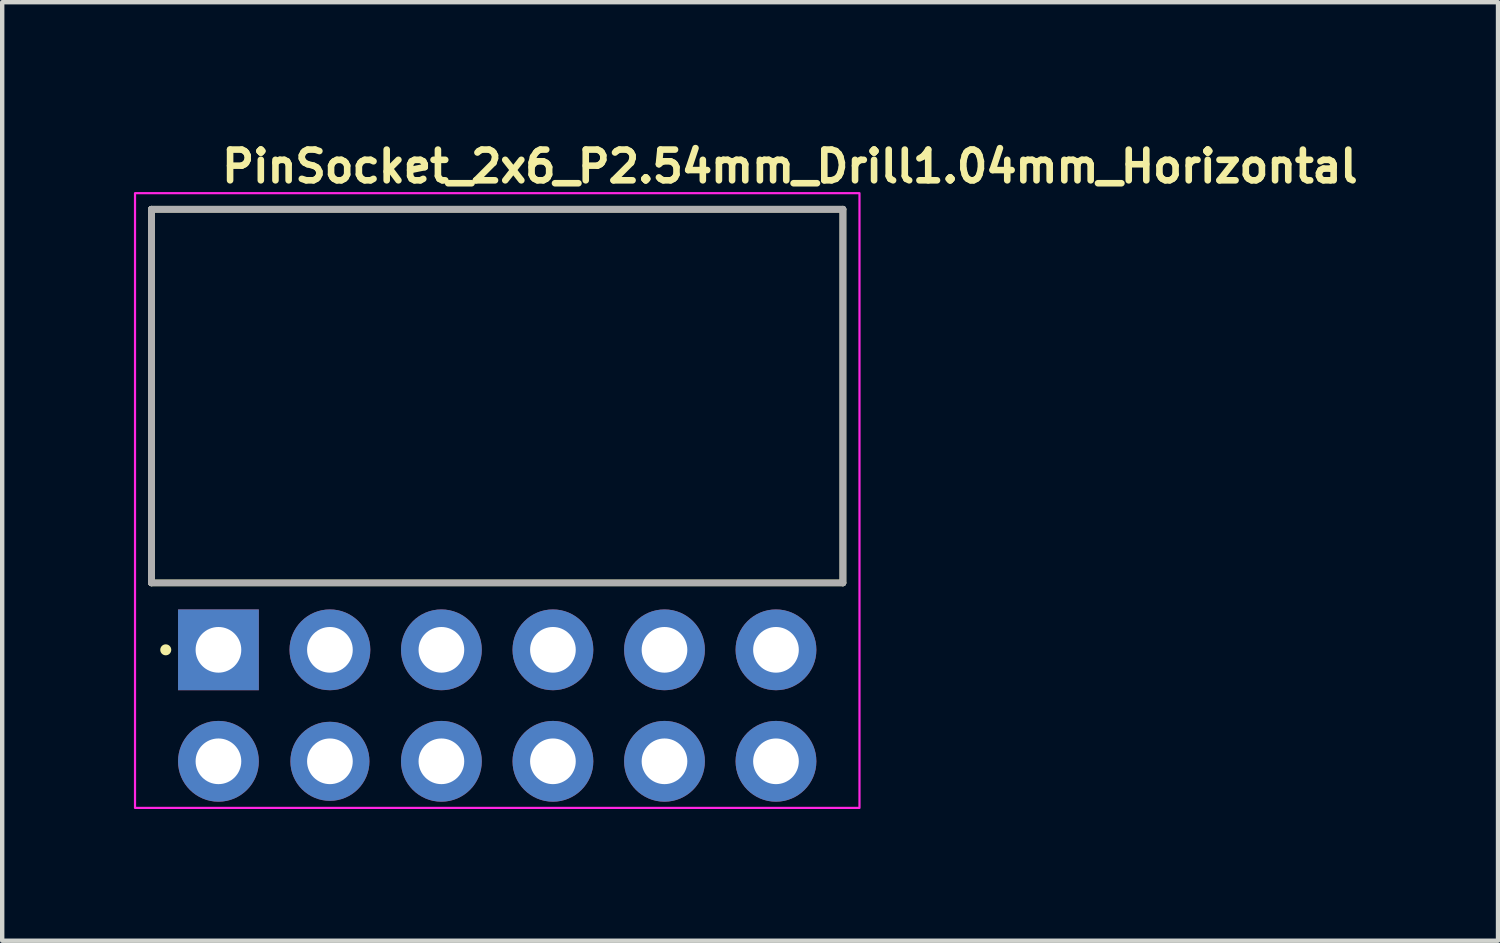
<source format=kicad_pcb>
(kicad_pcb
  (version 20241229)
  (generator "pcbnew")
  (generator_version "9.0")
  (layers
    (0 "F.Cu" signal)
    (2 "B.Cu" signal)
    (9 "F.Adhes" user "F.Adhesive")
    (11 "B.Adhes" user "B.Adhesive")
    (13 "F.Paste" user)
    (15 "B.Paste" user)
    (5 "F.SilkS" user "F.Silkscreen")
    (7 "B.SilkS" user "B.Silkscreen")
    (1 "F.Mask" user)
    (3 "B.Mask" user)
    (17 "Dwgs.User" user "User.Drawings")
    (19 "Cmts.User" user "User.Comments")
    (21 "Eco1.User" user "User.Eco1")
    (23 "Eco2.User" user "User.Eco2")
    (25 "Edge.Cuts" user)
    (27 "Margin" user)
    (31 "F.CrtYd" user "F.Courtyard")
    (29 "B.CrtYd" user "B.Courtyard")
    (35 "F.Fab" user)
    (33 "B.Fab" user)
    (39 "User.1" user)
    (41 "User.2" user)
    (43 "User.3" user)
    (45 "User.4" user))
  (footprint "PinSocket_2x6_P2.54mm_Drill1.04mm_Horizontal"
    (layer "F.Cu")
    (at 1.925 11.75)
    (property "Reference" "PinSocket_2x6_P2.54mm_Drill1.04mm_Horizontal" (at 0 -10.6 0) (layer "F.SilkS") (effects (font (size 0.7 0.7) (thickness 0.15)) (justify left bottom)))
    (attr through_hole)
    (fp_line (start -1.526 -1.524) (end -1.526 -10.035) (stroke (width 0.15) (type solid)) (layer "F.SilkS"))
    (fp_line (start 14.223 -10.035) (end -1.526 -10.035) (stroke (width 0.15) (type solid)) (layer "F.SilkS"))
    (fp_line (start 14.223 -10.035) (end 14.223 -1.524) (stroke (width 0.15) (type solid)) (layer "F.SilkS"))
    (fp_line (start 14.223 -1.524) (end -1.526 -1.524) (stroke (width 0.15) (type solid)) (layer "F.SilkS"))
    (fp_circle (center -1.2 0) (end -1.15 0) (stroke (width 0.15) (type solid)) (fill yes) (layer "F.SilkS"))
    (fp_rect (start -1.9 -10.4) (end 14.6 3.6) (stroke (width 0.05) (type solid)) (fill no) (layer "F.CrtYd"))
    (fp_line (start -1.526 -10.035) (end 14.223 -10.035) (stroke (width 0.15) (type solid)) (layer "F.Fab"))
    (fp_line (start -1.526 -10.035) (end 14.223 -10.035) (stroke (width 0.15) (type solid)) (layer "F.Fab"))
    (fp_line (start -1.526 -1.524) (end -1.526 -10.035) (stroke (width 0.15) (type solid)) (layer "F.Fab"))
    (fp_line (start -1.526 -1.524) (end -1.526 -10.035) (stroke (width 0.15) (type solid)) (layer "F.Fab"))
    (fp_line (start 14.223 -10.035) (end 14.223 -1.524) (stroke (width 0.15) (type solid)) (layer "F.Fab"))
    (fp_line (start 14.223 -10.035) (end 14.223 -1.524) (stroke (width 0.15) (type solid)) (layer "F.Fab"))
    (fp_line (start 14.223 -1.524) (end -1.526 -1.524) (stroke (width 0.15) (type solid)) (layer "F.Fab"))
    (fp_rect (start -1.524 -10.01) (end 14.223 2.766) (stroke (width 0.1) (type solid)) (fill no) (layer "User.5"))
    (fp_line (start -1.524 -10.01) (end -1.524 -1.5) (stroke (width 0.02) (type solid)) (layer "User.9"))
    (fp_line (start -1.524 -10.01) (end 14.223 -10.01) (stroke (width 0.02) (type solid)) (layer "User.9"))
    (fp_line (start -1.524 -1.5) (end -1.016 -1.5) (stroke (width 0.02) (type solid)) (layer "User.9"))
    (fp_line (start -1.016 -2.008) (end -1.016 -1.5) (stroke (width 0.02) (type solid)) (layer "User.9"))
    (fp_line (start -0.395 1.953) (end -0.395 -2.008) (stroke (width 0.02) (type solid)) (layer "User.9"))
    (fp_line (start -0.395 2.528) (end -0.395 1.953) (stroke (width 0.02) (type solid)) (layer "User.9"))
    (fp_line (start -0.395 2.528) (end -0.395 2.528) (stroke (width 0.02) (type solid)) (layer "User.9"))
    (fp_line (start -0.395 2.641) (end -0.395 2.528) (stroke (width 0.02) (type solid)) (layer "User.9"))
    (fp_line (start -0.395 2.641) (end -0.395 2.641) (stroke (width 0.02) (type solid)) (layer "User.9"))
    (fp_line (start -0.395 2.685) (end -0.395 2.641) (stroke (width 0.02) (type solid)) (layer "User.9"))
    (fp_line (start -0.395 2.685) (end -0.395 2.685) (stroke (width 0.02) (type solid)) (layer "User.9"))
    (fp_line (start -0.395 2.721) (end -0.395 2.685) (stroke (width 0.02) (type solid)) (layer "User.9"))
    (fp_line (start -0.395 2.721) (end -0.395 2.721) (stroke (width 0.02) (type solid)) (layer "User.9"))
    (fp_line (start -0.395 2.745) (end -0.395 2.721) (stroke (width 0.02) (type solid)) (layer "User.9"))
    (fp_line (start -0.395 2.745) (end -0.395 2.745) (stroke (width 0.02) (type solid)) (layer "User.9"))
    (fp_line (start -0.395 2.761) (end -0.395 2.745) (stroke (width 0.02) (type solid)) (layer "User.9"))
    (fp_line (start -0.395 2.761) (end -0.395 2.761) (stroke (width 0.02) (type solid)) (layer "User.9"))
    (fp_line (start -0.395 2.766) (end -0.395 2.761) (stroke (width 0.02) (type solid)) (layer "User.9"))
    (fp_line (start -0.395 2.766) (end 0.393 2.766) (stroke (width 0.02) (type solid)) (layer "User.9"))
    (fp_line (start 0.393 -2.008) (end 0.393 1.953) (stroke (width 0.02) (type solid)) (layer "User.9"))
    (fp_line (start 0.393 1.953) (end 0.393 2.528) (stroke (width 0.02) (type solid)) (layer "User.9"))
    (fp_line (start 0.393 2.528) (end 0.393 2.528) (stroke (width 0.02) (type solid)) (layer "User.9"))
    (fp_line (start 0.393 2.528) (end 0.393 2.588) (stroke (width 0.02) (type solid)) (layer "User.9"))
    (fp_line (start 0.393 2.588) (end 0.393 2.588) (stroke (width 0.02) (type solid)) (layer "User.9"))
    (fp_line (start 0.393 2.588) (end 0.393 2.641) (stroke (width 0.02) (type solid)) (layer "User.9"))
    (fp_line (start 0.393 2.641) (end 0.393 2.641) (stroke (width 0.02) (type solid)) (layer "User.9"))
    (fp_line (start 0.393 2.641) (end 0.393 2.685) (stroke (width 0.02) (type solid)) (layer "User.9"))
    (fp_line (start 0.393 2.685) (end 0.393 2.685) (stroke (width 0.02) (type solid)) (layer "User.9"))
    (fp_line (start 0.393 2.685) (end 0.393 2.721) (stroke (width 0.02) (type solid)) (layer "User.9"))
    (fp_line (start 0.393 2.721) (end 0.393 2.721) (stroke (width 0.02) (type solid)) (layer "User.9"))
    (fp_line (start 0.393 2.721) (end 0.393 2.745) (stroke (width 0.02) (type solid)) (layer "User.9"))
    (fp_line (start 0.393 2.745) (end 0.393 2.745) (stroke (width 0.02) (type solid)) (layer "User.9"))
    (fp_line (start 0.393 2.745) (end 0.393 2.761) (stroke (width 0.02) (type solid)) (layer "User.9"))
    (fp_line (start 0.393 2.761) (end 0.393 2.761) (stroke (width 0.02) (type solid)) (layer "User.9"))
    (fp_line (start 0.393 2.761) (end 0.393 2.766) (stroke (width 0.02) (type solid)) (layer "User.9"))
    (fp_line (start 1.015 -2.008) (end -1.016 -2.008) (stroke (width 0.02) (type solid)) (layer "User.9"))
    (fp_line (start 1.015 -1.5) (end 1.015 -2.008) (stroke (width 0.02) (type solid)) (layer "User.9"))
    (fp_line (start 1.015 -1.5) (end 1.523 -1.5) (stroke (width 0.02) (type solid)) (layer "User.9"))
    (fp_line (start 1.523 -2.008) (end 1.523 -1.5) (stroke (width 0.02) (type solid)) (layer "User.9"))
    (fp_line (start 2.145 1.953) (end 2.145 -2.008) (stroke (width 0.02) (type solid)) (layer "User.9"))
    (fp_line (start 2.145 2.528) (end 2.145 1.953) (stroke (width 0.02) (type solid)) (layer "User.9"))
    (fp_line (start 2.145 2.528) (end 2.145 2.528) (stroke (width 0.02) (type solid)) (layer "User.9"))
    (fp_line (start 2.145 2.641) (end 2.145 2.528) (stroke (width 0.02) (type solid)) (layer "User.9"))
    (fp_line (start 2.145 2.641) (end 2.145 2.641) (stroke (width 0.02) (type solid)) (layer "User.9"))
    (fp_line (start 2.145 2.685) (end 2.145 2.641) (stroke (width 0.02) (type solid)) (layer "User.9"))
    (fp_line (start 2.145 2.685) (end 2.145 2.685) (stroke (width 0.02) (type solid)) (layer "User.9"))
    (fp_line (start 2.145 2.721) (end 2.145 2.685) (stroke (width 0.02) (type solid)) (layer "User.9"))
    (fp_line (start 2.145 2.721) (end 2.145 2.721) (stroke (width 0.02) (type solid)) (layer "User.9"))
    (fp_line (start 2.145 2.745) (end 2.145 2.721) (stroke (width 0.02) (type solid)) (layer "User.9"))
    (fp_line (start 2.145 2.745) (end 2.145 2.745) (stroke (width 0.02) (type solid)) (layer "User.9"))
    (fp_line (start 2.145 2.761) (end 2.145 2.745) (stroke (width 0.02) (type solid)) (layer "User.9"))
    (fp_line (start 2.145 2.761) (end 2.145 2.761) (stroke (width 0.02) (type solid)) (layer "User.9"))
    (fp_line (start 2.145 2.766) (end 2.145 2.761) (stroke (width 0.02) (type solid)) (layer "User.9"))
    (fp_line (start 2.145 2.766) (end 2.933 2.766) (stroke (width 0.02) (type solid)) (layer "User.9"))
    (fp_line (start 2.933 -2.008) (end 2.933 1.953) (stroke (width 0.02) (type solid)) (layer "User.9"))
    (fp_line (start 2.933 1.953) (end 2.933 2.528) (stroke (width 0.02) (type solid)) (layer "User.9"))
    (fp_line (start 2.933 2.528) (end 2.933 2.528) (stroke (width 0.02) (type solid)) (layer "User.9"))
    (fp_line (start 2.933 2.528) (end 2.933 2.588) (stroke (width 0.02) (type solid)) (layer "User.9"))
    (fp_line (start 2.933 2.588) (end 2.933 2.588) (stroke (width 0.02) (type solid)) (layer "User.9"))
    (fp_line (start 2.933 2.588) (end 2.933 2.641) (stroke (width 0.02) (type solid)) (layer "User.9"))
    (fp_line (start 2.933 2.641) (end 2.933 2.641) (stroke (width 0.02) (type solid)) (layer "User.9"))
    (fp_line (start 2.933 2.641) (end 2.933 2.685) (stroke (width 0.02) (type solid)) (layer "User.9"))
    (fp_line (start 2.933 2.685) (end 2.933 2.685) (stroke (width 0.02) (type solid)) (layer "User.9"))
    (fp_line (start 2.933 2.685) (end 2.933 2.721) (stroke (width 0.02) (type solid)) (layer "User.9"))
    (fp_line (start 2.933 2.721) (end 2.933 2.721) (stroke (width 0.02) (type solid)) (layer "User.9"))
    (fp_line (start 2.933 2.721) (end 2.933 2.745) (stroke (width 0.02) (type solid)) (layer "User.9"))
    (fp_line (start 2.933 2.745) (end 2.933 2.745) (stroke (width 0.02) (type solid)) (layer "User.9"))
    (fp_line (start 2.933 2.745) (end 2.933 2.761) (stroke (width 0.02) (type solid)) (layer "User.9"))
    (fp_line (start 2.933 2.761) (end 2.933 2.761) (stroke (width 0.02) (type solid)) (layer "User.9"))
    (fp_line (start 2.933 2.761) (end 2.933 2.766) (stroke (width 0.02) (type solid)) (layer "User.9"))
    (fp_line (start 3.555 -2.008) (end 1.523 -2.008) (stroke (width 0.02) (type solid)) (layer "User.9"))
    (fp_line (start 3.555 -1.5) (end 3.555 -2.008) (stroke (width 0.02) (type solid)) (layer "User.9"))
    (fp_line (start 3.555 -1.5) (end 4.062 -1.5) (stroke (width 0.02) (type solid)) (layer "User.9"))
    (fp_line (start 4.062 -2.008) (end 4.062 -1.5) (stroke (width 0.02) (type solid)) (layer "User.9"))
    (fp_line (start 4.685 1.953) (end 4.685 -2.008) (stroke (width 0.02) (type solid)) (layer "User.9"))
    (fp_line (start 4.685 2.528) (end 4.685 1.953) (stroke (width 0.02) (type solid)) (layer "User.9"))
    (fp_line (start 4.685 2.528) (end 4.685 2.528) (stroke (width 0.02) (type solid)) (layer "User.9"))
    (fp_line (start 4.685 2.641) (end 4.685 2.528) (stroke (width 0.02) (type solid)) (layer "User.9"))
    (fp_line (start 4.685 2.641) (end 4.685 2.641) (stroke (width 0.02) (type solid)) (layer "User.9"))
    (fp_line (start 4.685 2.685) (end 4.685 2.641) (stroke (width 0.02) (type solid)) (layer "User.9"))
    (fp_line (start 4.685 2.685) (end 4.685 2.685) (stroke (width 0.02) (type solid)) (layer "User.9"))
    (fp_line (start 4.685 2.721) (end 4.685 2.685) (stroke (width 0.02) (type solid)) (layer "User.9"))
    (fp_line (start 4.685 2.721) (end 4.685 2.721) (stroke (width 0.02) (type solid)) (layer "User.9"))
    (fp_line (start 4.685 2.745) (end 4.685 2.721) (stroke (width 0.02) (type solid)) (layer "User.9"))
    (fp_line (start 4.685 2.745) (end 4.685 2.745) (stroke (width 0.02) (type solid)) (layer "User.9"))
    (fp_line (start 4.685 2.761) (end 4.685 2.745) (stroke (width 0.02) (type solid)) (layer "User.9"))
    (fp_line (start 4.685 2.761) (end 4.685 2.761) (stroke (width 0.02) (type solid)) (layer "User.9"))
    (fp_line (start 4.685 2.766) (end 4.685 2.761) (stroke (width 0.02) (type solid)) (layer "User.9"))
    (fp_line (start 4.685 2.766) (end 5.472 2.766) (stroke (width 0.02) (type solid)) (layer "User.9"))
    (fp_line (start 5.472 -2.008) (end 5.472 1.953) (stroke (width 0.02) (type solid)) (layer "User.9"))
    (fp_line (start 5.472 1.953) (end 5.472 2.528) (stroke (width 0.02) (type solid)) (layer "User.9"))
    (fp_line (start 5.472 2.528) (end 5.472 2.528) (stroke (width 0.02) (type solid)) (layer "User.9"))
    (fp_line (start 5.472 2.528) (end 5.472 2.588) (stroke (width 0.02) (type solid)) (layer "User.9"))
    (fp_line (start 5.472 2.588) (end 5.472 2.588) (stroke (width 0.02) (type solid)) (layer "User.9"))
    (fp_line (start 5.472 2.588) (end 5.472 2.641) (stroke (width 0.02) (type solid)) (layer "User.9"))
    (fp_line (start 5.472 2.641) (end 5.472 2.641) (stroke (width 0.02) (type solid)) (layer "User.9"))
    (fp_line (start 5.472 2.641) (end 5.472 2.685) (stroke (width 0.02) (type solid)) (layer "User.9"))
    (fp_line (start 5.472 2.685) (end 5.472 2.685) (stroke (width 0.02) (type solid)) (layer "User.9"))
    (fp_line (start 5.472 2.685) (end 5.472 2.721) (stroke (width 0.02) (type solid)) (layer "User.9"))
    (fp_line (start 5.472 2.721) (end 5.472 2.721) (stroke (width 0.02) (type solid)) (layer "User.9"))
    (fp_line (start 5.472 2.721) (end 5.472 2.745) (stroke (width 0.02) (type solid)) (layer "User.9"))
    (fp_line (start 5.472 2.745) (end 5.472 2.745) (stroke (width 0.02) (type solid)) (layer "User.9"))
    (fp_line (start 5.472 2.745) (end 5.472 2.761) (stroke (width 0.02) (type solid)) (layer "User.9"))
    (fp_line (start 5.472 2.761) (end 5.472 2.761) (stroke (width 0.02) (type solid)) (layer "User.9"))
    (fp_line (start 5.472 2.761) (end 5.472 2.766) (stroke (width 0.02) (type solid)) (layer "User.9"))
    (fp_line (start 6.094 -2.008) (end 4.062 -2.008) (stroke (width 0.02) (type solid)) (layer "User.9"))
    (fp_line (start 6.094 -1.5) (end 6.094 -2.008) (stroke (width 0.02) (type solid)) (layer "User.9"))
    (fp_line (start 6.094 -1.5) (end 6.602 -1.5) (stroke (width 0.02) (type solid)) (layer "User.9"))
    (fp_line (start 6.602 -2.008) (end 6.602 -1.5) (stroke (width 0.02) (type solid)) (layer "User.9"))
    (fp_line (start 7.225 1.953) (end 7.225 -2.008) (stroke (width 0.02) (type solid)) (layer "User.9"))
    (fp_line (start 7.225 2.528) (end 7.225 1.953) (stroke (width 0.02) (type solid)) (layer "User.9"))
    (fp_line (start 7.225 2.528) (end 7.225 2.528) (stroke (width 0.02) (type solid)) (layer "User.9"))
    (fp_line (start 7.225 2.641) (end 7.225 2.528) (stroke (width 0.02) (type solid)) (layer "User.9"))
    (fp_line (start 7.225 2.641) (end 7.225 2.641) (stroke (width 0.02) (type solid)) (layer "User.9"))
    (fp_line (start 7.225 2.685) (end 7.225 2.641) (stroke (width 0.02) (type solid)) (layer "User.9"))
    (fp_line (start 7.225 2.685) (end 7.225 2.685) (stroke (width 0.02) (type solid)) (layer "User.9"))
    (fp_line (start 7.225 2.721) (end 7.225 2.685) (stroke (width 0.02) (type solid)) (layer "User.9"))
    (fp_line (start 7.225 2.721) (end 7.225 2.721) (stroke (width 0.02) (type solid)) (layer "User.9"))
    (fp_line (start 7.225 2.745) (end 7.225 2.721) (stroke (width 0.02) (type solid)) (layer "User.9"))
    (fp_line (start 7.225 2.745) (end 7.225 2.745) (stroke (width 0.02) (type solid)) (layer "User.9"))
    (fp_line (start 7.225 2.761) (end 7.225 2.745) (stroke (width 0.02) (type solid)) (layer "User.9"))
    (fp_line (start 7.225 2.761) (end 7.225 2.761) (stroke (width 0.02) (type solid)) (layer "User.9"))
    (fp_line (start 7.225 2.766) (end 7.225 2.761) (stroke (width 0.02) (type solid)) (layer "User.9"))
    (fp_line (start 7.225 2.766) (end 8.012 2.766) (stroke (width 0.02) (type solid)) (layer "User.9"))
    (fp_line (start 8.012 -2.008) (end 8.012 1.953) (stroke (width 0.02) (type solid)) (layer "User.9"))
    (fp_line (start 8.012 1.953) (end 8.012 2.528) (stroke (width 0.02) (type solid)) (layer "User.9"))
    (fp_line (start 8.012 2.528) (end 8.012 2.528) (stroke (width 0.02) (type solid)) (layer "User.9"))
    (fp_line (start 8.012 2.528) (end 8.012 2.588) (stroke (width 0.02) (type solid)) (layer "User.9"))
    (fp_line (start 8.012 2.588) (end 8.012 2.588) (stroke (width 0.02) (type solid)) (layer "User.9"))
    (fp_line (start 8.012 2.588) (end 8.012 2.641) (stroke (width 0.02) (type solid)) (layer "User.9"))
    (fp_line (start 8.012 2.641) (end 8.012 2.641) (stroke (width 0.02) (type solid)) (layer "User.9"))
    (fp_line (start 8.012 2.641) (end 8.012 2.685) (stroke (width 0.02) (type solid)) (layer "User.9"))
    (fp_line (start 8.012 2.685) (end 8.012 2.685) (stroke (width 0.02) (type solid)) (layer "User.9"))
    (fp_line (start 8.012 2.685) (end 8.012 2.721) (stroke (width 0.02) (type solid)) (layer "User.9"))
    (fp_line (start 8.012 2.721) (end 8.012 2.721) (stroke (width 0.02) (type solid)) (layer "User.9"))
    (fp_line (start 8.012 2.721) (end 8.012 2.745) (stroke (width 0.02) (type solid)) (layer "User.9"))
    (fp_line (start 8.012 2.745) (end 8.012 2.745) (stroke (width 0.02) (type solid)) (layer "User.9"))
    (fp_line (start 8.012 2.745) (end 8.012 2.761) (stroke (width 0.02) (type solid)) (layer "User.9"))
    (fp_line (start 8.012 2.761) (end 8.012 2.761) (stroke (width 0.02) (type solid)) (layer "User.9"))
    (fp_line (start 8.012 2.761) (end 8.012 2.766) (stroke (width 0.02) (type solid)) (layer "User.9"))
    (fp_line (start 8.634 -2.008) (end 6.602 -2.008) (stroke (width 0.02) (type solid)) (layer "User.9"))
    (fp_line (start 8.634 -1.5) (end 8.634 -2.008) (stroke (width 0.02) (type solid)) (layer "User.9"))
    (fp_line (start 8.634 -1.5) (end 9.143 -1.5) (stroke (width 0.02) (type solid)) (layer "User.9"))
    (fp_line (start 9.143 -2.008) (end 9.143 -1.5) (stroke (width 0.02) (type solid)) (layer "User.9"))
    (fp_line (start 9.765 1.953) (end 9.765 -2.008) (stroke (width 0.02) (type solid)) (layer "User.9"))
    (fp_line (start 9.765 2.528) (end 9.765 1.953) (stroke (width 0.02) (type solid)) (layer "User.9"))
    (fp_line (start 9.765 2.528) (end 9.765 2.528) (stroke (width 0.02) (type solid)) (layer "User.9"))
    (fp_line (start 9.765 2.641) (end 9.765 2.528) (stroke (width 0.02) (type solid)) (layer "User.9"))
    (fp_line (start 9.765 2.641) (end 9.765 2.641) (stroke (width 0.02) (type solid)) (layer "User.9"))
    (fp_line (start 9.765 2.685) (end 9.765 2.641) (stroke (width 0.02) (type solid)) (layer "User.9"))
    (fp_line (start 9.765 2.685) (end 9.765 2.685) (stroke (width 0.02) (type solid)) (layer "User.9"))
    (fp_line (start 9.765 2.721) (end 9.765 2.685) (stroke (width 0.02) (type solid)) (layer "User.9"))
    (fp_line (start 9.765 2.721) (end 9.765 2.721) (stroke (width 0.02) (type solid)) (layer "User.9"))
    (fp_line (start 9.765 2.745) (end 9.765 2.721) (stroke (width 0.02) (type solid)) (layer "User.9"))
    (fp_line (start 9.765 2.745) (end 9.765 2.745) (stroke (width 0.02) (type solid)) (layer "User.9"))
    (fp_line (start 9.765 2.761) (end 9.765 2.745) (stroke (width 0.02) (type solid)) (layer "User.9"))
    (fp_line (start 9.765 2.761) (end 9.765 2.761) (stroke (width 0.02) (type solid)) (layer "User.9"))
    (fp_line (start 9.765 2.766) (end 9.765 2.761) (stroke (width 0.02) (type solid)) (layer "User.9"))
    (fp_line (start 9.765 2.766) (end 10.553 2.766) (stroke (width 0.02) (type solid)) (layer "User.9"))
    (fp_line (start 10.553 -2.008) (end 10.553 1.953) (stroke (width 0.02) (type solid)) (layer "User.9"))
    (fp_line (start 10.553 1.953) (end 10.553 2.528) (stroke (width 0.02) (type solid)) (layer "User.9"))
    (fp_line (start 10.553 2.528) (end 10.553 2.528) (stroke (width 0.02) (type solid)) (layer "User.9"))
    (fp_line (start 10.553 2.528) (end 10.553 2.588) (stroke (width 0.02) (type solid)) (layer "User.9"))
    (fp_line (start 10.553 2.588) (end 10.553 2.588) (stroke (width 0.02) (type solid)) (layer "User.9"))
    (fp_line (start 10.553 2.588) (end 10.553 2.641) (stroke (width 0.02) (type solid)) (layer "User.9"))
    (fp_line (start 10.553 2.641) (end 10.553 2.641) (stroke (width 0.02) (type solid)) (layer "User.9"))
    (fp_line (start 10.553 2.641) (end 10.553 2.685) (stroke (width 0.02) (type solid)) (layer "User.9"))
    (fp_line (start 10.553 2.685) (end 10.553 2.685) (stroke (width 0.02) (type solid)) (layer "User.9"))
    (fp_line (start 10.553 2.685) (end 10.553 2.721) (stroke (width 0.02) (type solid)) (layer "User.9"))
    (fp_line (start 10.553 2.721) (end 10.553 2.721) (stroke (width 0.02) (type solid)) (layer "User.9"))
    (fp_line (start 10.553 2.721) (end 10.553 2.745) (stroke (width 0.02) (type solid)) (layer "User.9"))
    (fp_line (start 10.553 2.745) (end 10.553 2.745) (stroke (width 0.02) (type solid)) (layer "User.9"))
    (fp_line (start 10.553 2.745) (end 10.553 2.761) (stroke (width 0.02) (type solid)) (layer "User.9"))
    (fp_line (start 10.553 2.761) (end 10.553 2.761) (stroke (width 0.02) (type solid)) (layer "User.9"))
    (fp_line (start 10.553 2.761) (end 10.553 2.766) (stroke (width 0.02) (type solid)) (layer "User.9"))
    (fp_line (start 11.175 -2.008) (end 9.143 -2.008) (stroke (width 0.02) (type solid)) (layer "User.9"))
    (fp_line (start 11.175 -1.5) (end 11.175 -2.008) (stroke (width 0.02) (type solid)) (layer "User.9"))
    (fp_line (start 11.175 -1.5) (end 11.682 -1.5) (stroke (width 0.02) (type solid)) (layer "User.9"))
    (fp_line (start 11.682 -2.008) (end 11.682 -1.5) (stroke (width 0.02) (type solid)) (layer "User.9"))
    (fp_line (start 12.306 1.953) (end 12.306 -2.008) (stroke (width 0.02) (type solid)) (layer "User.9"))
    (fp_line (start 12.306 2.528) (end 12.306 1.953) (stroke (width 0.02) (type solid)) (layer "User.9"))
    (fp_line (start 12.306 2.528) (end 12.306 2.528) (stroke (width 0.02) (type solid)) (layer "User.9"))
    (fp_line (start 12.306 2.641) (end 12.306 2.528) (stroke (width 0.02) (type solid)) (layer "User.9"))
    (fp_line (start 12.306 2.641) (end 12.306 2.641) (stroke (width 0.02) (type solid)) (layer "User.9"))
    (fp_line (start 12.306 2.685) (end 12.306 2.641) (stroke (width 0.02) (type solid)) (layer "User.9"))
    (fp_line (start 12.306 2.685) (end 12.306 2.685) (stroke (width 0.02) (type solid)) (layer "User.9"))
    (fp_line (start 12.306 2.721) (end 12.306 2.685) (stroke (width 0.02) (type solid)) (layer "User.9"))
    (fp_line (start 12.306 2.721) (end 12.306 2.721) (stroke (width 0.02) (type solid)) (layer "User.9"))
    (fp_line (start 12.306 2.745) (end 12.306 2.721) (stroke (width 0.02) (type solid)) (layer "User.9"))
    (fp_line (start 12.306 2.745) (end 12.306 2.745) (stroke (width 0.02) (type solid)) (layer "User.9"))
    (fp_line (start 12.306 2.761) (end 12.306 2.745) (stroke (width 0.02) (type solid)) (layer "User.9"))
    (fp_line (start 12.306 2.761) (end 12.306 2.761) (stroke (width 0.02) (type solid)) (layer "User.9"))
    (fp_line (start 12.306 2.766) (end 12.306 2.761) (stroke (width 0.02) (type solid)) (layer "User.9"))
    (fp_line (start 12.306 2.766) (end 13.092 2.766) (stroke (width 0.02) (type solid)) (layer "User.9"))
    (fp_line (start 13.092 -2.008) (end 13.092 1.953) (stroke (width 0.02) (type solid)) (layer "User.9"))
    (fp_line (start 13.092 1.953) (end 13.092 2.528) (stroke (width 0.02) (type solid)) (layer "User.9"))
    (fp_line (start 13.092 2.528) (end 13.092 2.528) (stroke (width 0.02) (type solid)) (layer "User.9"))
    (fp_line (start 13.092 2.528) (end 13.092 2.588) (stroke (width 0.02) (type solid)) (layer "User.9"))
    (fp_line (start 13.092 2.588) (end 13.092 2.588) (stroke (width 0.02) (type solid)) (layer "User.9"))
    (fp_line (start 13.092 2.588) (end 13.092 2.641) (stroke (width 0.02) (type solid)) (layer "User.9"))
    (fp_line (start 13.092 2.641) (end 13.092 2.641) (stroke (width 0.02) (type solid)) (layer "User.9"))
    (fp_line (start 13.092 2.641) (end 13.092 2.685) (stroke (width 0.02) (type solid)) (layer "User.9"))
    (fp_line (start 13.092 2.685) (end 13.092 2.685) (stroke (width 0.02) (type solid)) (layer "User.9"))
    (fp_line (start 13.092 2.685) (end 13.092 2.721) (stroke (width 0.02) (type solid)) (layer "User.9"))
    (fp_line (start 13.092 2.721) (end 13.092 2.721) (stroke (width 0.02) (type solid)) (layer "User.9"))
    (fp_line (start 13.092 2.721) (end 13.092 2.745) (stroke (width 0.02) (type solid)) (layer "User.9"))
    (fp_line (start 13.092 2.745) (end 13.092 2.745) (stroke (width 0.02) (type solid)) (layer "User.9"))
    (fp_line (start 13.092 2.745) (end 13.092 2.761) (stroke (width 0.02) (type solid)) (layer "User.9"))
    (fp_line (start 13.092 2.761) (end 13.092 2.761) (stroke (width 0.02) (type solid)) (layer "User.9"))
    (fp_line (start 13.092 2.761) (end 13.092 2.766) (stroke (width 0.02) (type solid)) (layer "User.9"))
    (fp_line (start 13.714 -2.008) (end 11.682 -2.008) (stroke (width 0.02) (type solid)) (layer "User.9"))
    (fp_line (start 13.714 -1.5) (end 13.714 -2.008) (stroke (width 0.02) (type solid)) (layer "User.9"))
    (fp_line (start 13.714 -1.5) (end 14.223 -1.5) (stroke (width 0.02) (type solid)) (layer "User.9"))
    (fp_line (start 14.223 -10.01) (end 14.223 -1.5) (stroke (width 0.02) (type solid)) (layer "User.9"))
    (pad "1" thru_hole rect (at 0 0) (size 1.84 1.84) (drill 1.04) (layers "*.Cu" "*.Mask"))
    (pad "2" thru_hole circle (at 0 2.539) (size 1.84 1.84) (drill 1.04) (layers "*.Cu" "*.Mask"))
    (pad "3" thru_hole circle (at 2.539 0) (size 1.84 1.84) (drill 1.04) (layers "*.Cu" "*.Mask"))
    (pad "4" thru_hole circle (at 2.539 2.539) (size 1.8 1.8) (drill 1.04) (layers "*.Cu" "*.Mask"))
    (pad "5" thru_hole circle (at 5.078 0) (size 1.84 1.84) (drill 1.04) (layers "*.Cu" "*.Mask"))
    (pad "6" thru_hole circle (at 5.078 2.539) (size 1.84 1.84) (drill 1.04) (layers "*.Cu" "*.Mask"))
    (pad "7" thru_hole circle (at 7.618 0) (size 1.84 1.84) (drill 1.04) (layers "*.Cu" "*.Mask"))
    (pad "8" thru_hole circle (at 7.618 2.539) (size 1.84 1.84) (drill 1.04) (layers "*.Cu" "*.Mask"))
    (pad "9" thru_hole circle (at 10.159 0) (size 1.84 1.84) (drill 1.04) (layers "*.Cu" "*.Mask"))
    (pad "10" thru_hole circle (at 10.159 2.539) (size 1.84 1.84) (drill 1.04) (layers "*.Cu" "*.Mask"))
    (pad "11" thru_hole circle (at 12.698 0) (size 1.84 1.84) (drill 1.04) (layers "*.Cu" "*.Mask"))
    (pad "12" thru_hole circle (at 12.698 2.539) (size 1.84 1.84) (drill 1.04) (layers "*.Cu" "*.Mask")))
  (gr_rect
    (start -3 -3)
    (end 31.068 18.375)
    (stroke (width 0.1) (type default))
    (fill no)
    (layer "Edge.Cuts")))
</source>
